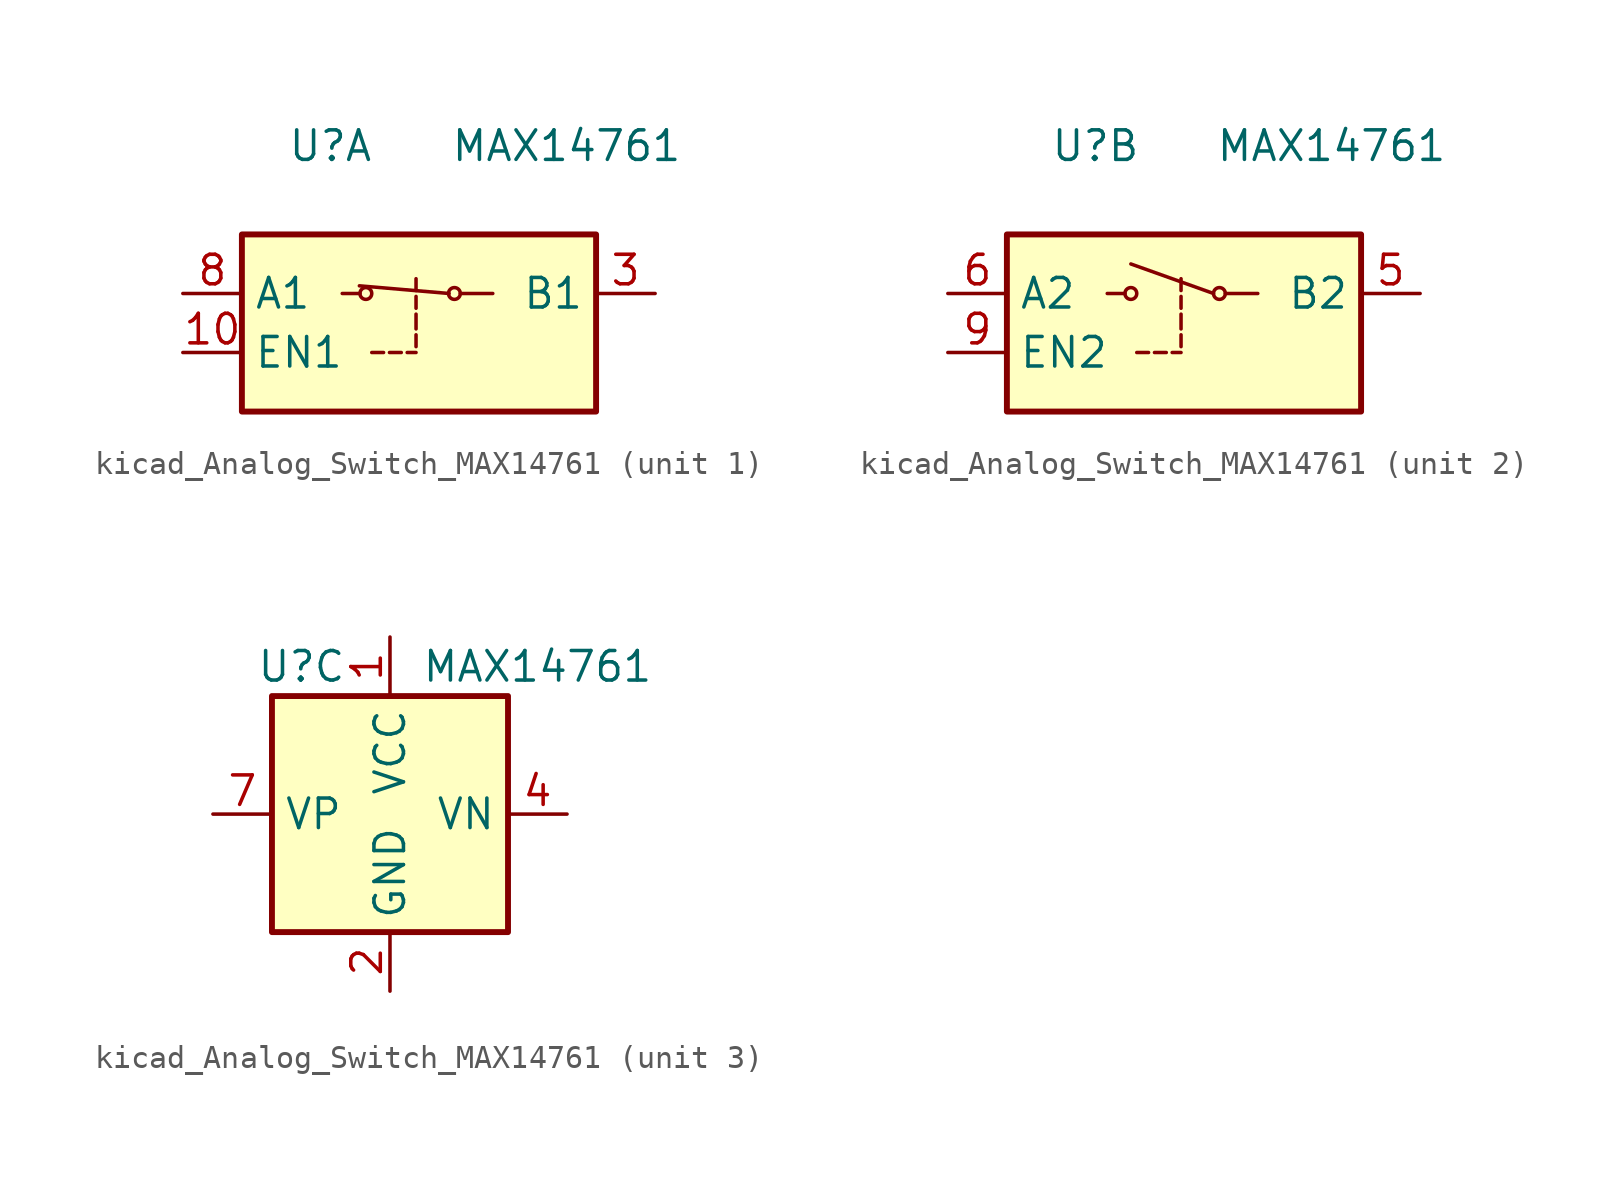
<source format=kicad_sym>
(kicad_symbol_lib
  (version 20220914)
  (generator kicad_symbol_editor)
  (symbol "kicad_Analog_Switch_MAX14761"
    (property "Reference" "U"
      (at -3.81 6.35 0)
      (effects (font (size 1.27 1.27))))
    (property "Value" "MAX14761"
      (at 6.35 6.35 0)
      (effects (font (size 1.27 1.27))))
    (property "ki_locked" ""
      (at 0 0 0)
      (effects (font (size 1.27 1.27))))
    (symbol "kicad_Analog_Switch_MAX14761_1_1"
      (rectangle (start -7.62 2.54) (end 7.62 -5.08) (stroke (width 0.254) (type default)) (fill (type background)))
      (circle (center -2.286 0) (radius 0.254) (stroke (width 0) (type default)) (fill (type none)))
      (polyline (pts (xy -3.302 0) (xy -2.54 0)) (stroke (width 0) (type default)) (fill (type none)))
      (polyline (pts (xy -2.032 -2.54) (xy -1.524 -2.54)) (stroke (width 0) (type default)) (fill (type none)))
      (polyline (pts (xy -1.27 -2.54) (xy -0.762 -2.54)) (stroke (width 0) (type default)) (fill (type none)))
      (polyline (pts (xy -0.508 -2.54) (xy -0.127 -2.54)) (stroke (width 0) (type default)) (fill (type none)))
      (polyline (pts (xy -0.127 -2.286) (xy -0.127 -1.778)) (stroke (width 0) (type default)) (fill (type none)))
      (polyline (pts (xy -0.127 -1.524) (xy -0.127 -0.889)) (stroke (width 0) (type default)) (fill (type none)))
      (polyline (pts (xy -0.127 -0.635) (xy -0.127 -0.127)) (stroke (width 0) (type default)) (fill (type none)))
      (polyline (pts (xy -0.127 0.127) (xy -0.127 0.635)) (stroke (width 0) (type default)) (fill (type none)))
      (polyline (pts (xy 1.295 0) (xy -2.565 0.33)) (stroke (width 0) (type default)) (fill (type none)))
      (polyline (pts (xy 3.175 0) (xy 1.778 0)) (stroke (width 0) (type default)) (fill (type none)))
      (circle (center 1.524 0) (radius 0.254) (stroke (width 0) (type default)) (fill (type none)))
      (pin input line (at -10.16 -2.54 0) (length 2.54) (name "EN1" (effects (font (size 1.27 1.27)))) (number "10" (effects (font (size 1.27 1.27)))))
      (pin passive line (at 10.16 0 180) (length 2.54) (name "B1" (effects (font (size 1.27 1.27)))) (number "3" (effects (font (size 1.27 1.27)))))
      (pin passive line (at -10.16 0 0) (length 2.54) (name "A1" (effects (font (size 1.27 1.27)))) (number "8" (effects (font (size 1.27 1.27))))))
    (symbol "kicad_Analog_Switch_MAX14761_2_1"
      (rectangle (start -7.62 -5.08) (end 7.62 2.54) (stroke (width 0.254) (type default)) (fill (type background)))
      (circle (center -2.286 0) (radius 0.254) (stroke (width 0) (type default)) (fill (type none)))
      (polyline (pts (xy -3.302 0) (xy -2.54 0)) (stroke (width 0) (type default)) (fill (type none)))
      (polyline (pts (xy -2.032 -2.54) (xy -1.524 -2.54)) (stroke (width 0) (type default)) (fill (type none)))
      (polyline (pts (xy -1.27 -2.54) (xy -0.762 -2.54)) (stroke (width 0) (type default)) (fill (type none)))
      (polyline (pts (xy -0.508 -2.54) (xy -0.127 -2.54)) (stroke (width 0) (type default)) (fill (type none)))
      (polyline (pts (xy -0.127 -2.286) (xy -0.127 -1.778)) (stroke (width 0) (type default)) (fill (type none)))
      (polyline (pts (xy -0.127 -1.524) (xy -0.127 -0.889)) (stroke (width 0) (type default)) (fill (type none)))
      (polyline (pts (xy -0.127 -0.635) (xy -0.127 -0.127)) (stroke (width 0) (type default)) (fill (type none)))
      (polyline (pts (xy -0.127 0.127) (xy -0.127 0.635)) (stroke (width 0) (type default)) (fill (type none)))
      (polyline (pts (xy 1.27 0) (xy -2.286 1.27)) (stroke (width 0) (type default)) (fill (type none)))
      (polyline (pts (xy 3.175 0) (xy 1.778 0)) (stroke (width 0) (type default)) (fill (type none)))
      (circle (center 1.524 0) (radius 0.254) (stroke (width 0) (type default)) (fill (type none)))
      (pin passive line (at 10.16 0 180) (length 2.54) (name "B2" (effects (font (size 1.27 1.27)))) (number "5" (effects (font (size 1.27 1.27)))))
      (pin passive line (at -10.16 0 0) (length 2.54) (name "A2" (effects (font (size 1.27 1.27)))) (number "6" (effects (font (size 1.27 1.27)))))
      (pin input line (at -10.16 -2.54 0) (length 2.54) (name "EN2" (effects (font (size 1.27 1.27)))) (number "9" (effects (font (size 1.27 1.27))))))
    (symbol "kicad_Analog_Switch_MAX14761_3_1"
      (rectangle (start -5.08 5.08) (end 5.08 -5.08) (stroke (width 0.254) (type default)) (fill (type background)))
      (pin power_in line (at 0 7.62 270) (length 2.54) (name "VCC" (effects (font (size 1.27 1.27)))) (number "1" (effects (font (size 1.27 1.27)))))
      (pin passive line (at 7.62 0 180) (length 2.54) hide (name "VN" (effects (font (size 1.27 1.27)))) (number "11" (effects (font (size 1.27 1.27)))))
      (pin power_in line (at 0 -7.62 90) (length 2.54) (name "GND" (effects (font (size 1.27 1.27)))) (number "2" (effects (font (size 1.27 1.27)))))
      (pin passive line (at 7.62 0 180) (length 2.54) (name "VN" (effects (font (size 1.27 1.27)))) (number "4" (effects (font (size 1.27 1.27)))))
      (pin passive line (at -7.62 0 0) (length 2.54) (name "VP" (effects (font (size 1.27 1.27)))) (number "7" (effects (font (size 1.27 1.27))))))))
</source>
